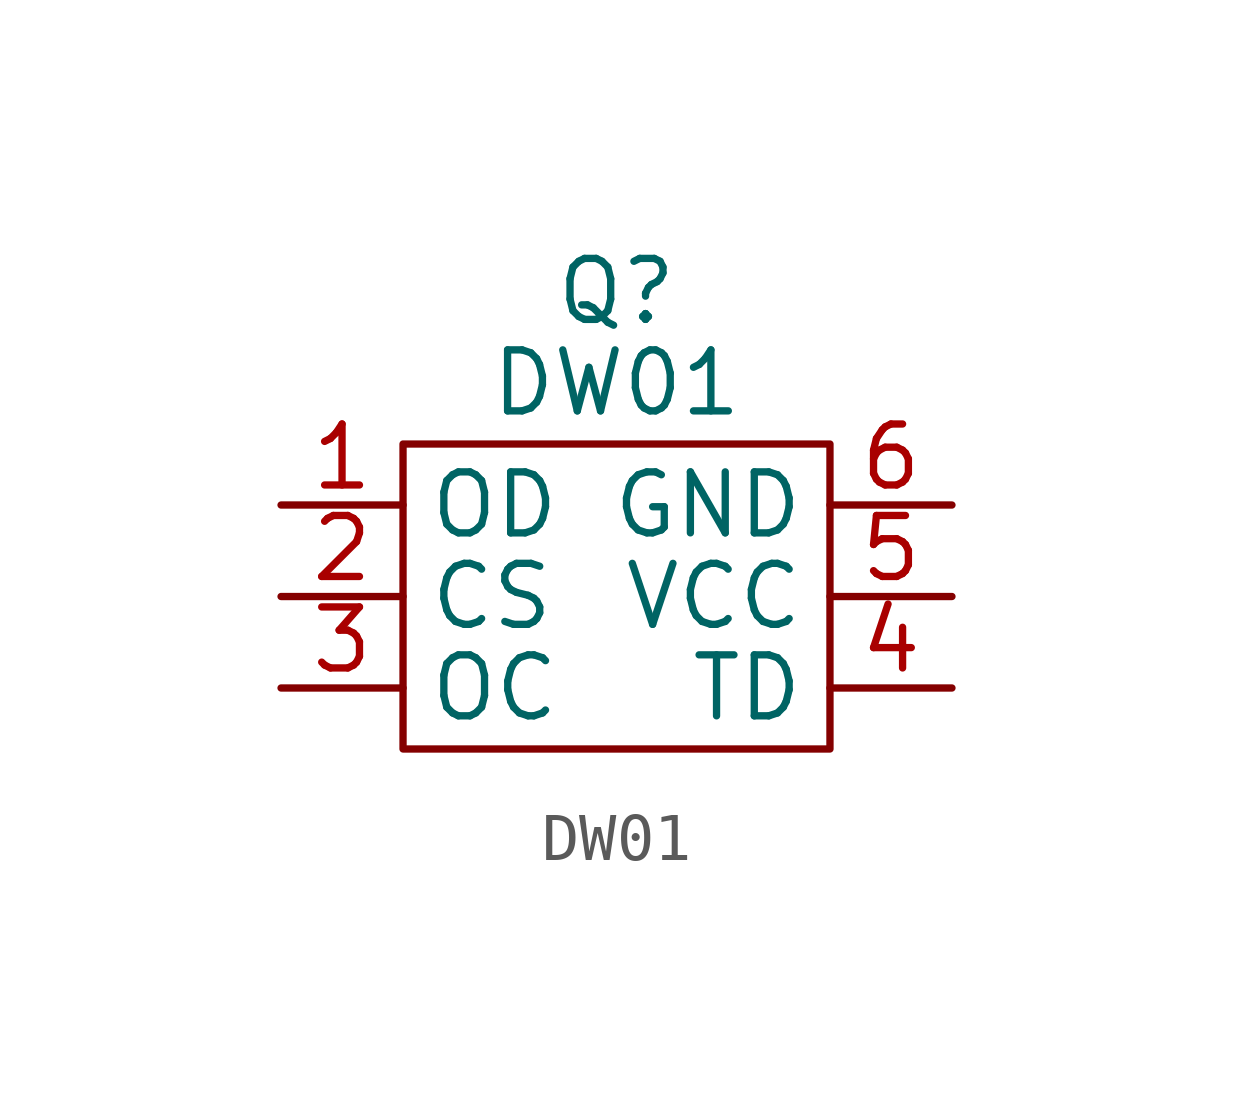
<source format=kicad_sym>
(kicad_symbol_lib
  (version 20211014)
  (generator kicad_symbol_editor)
  (symbol "DW01"
    (property "Reference" "Q"
      (at 3.175 3.175 0)
      (effects (font (size 1.27 1.27))))
    (property "Value" "DW01"
      (at 3.175 1.27 0)
      (effects (font (size 1.27 1.27))))
    (symbol "DW01_0_1"
      (rectangle (start -1.27 0) (end 7.62 -6.35) (stroke (width 0) (type default) (color 0 0 0 0)) (fill (type none))))
    (symbol "DW01_1_1"
      (pin power_out line (at -3.81 -1.27 0) (length 2.54) (name "OD" (effects (font (size 1.27 1.27)))) (number "1" (effects (font (size 1.27 1.27)))))
      (pin power_out line (at -3.81 -3.175 0) (length 2.54) (name "CS" (effects (font (size 1.27 1.27)))) (number "2" (effects (font (size 1.27 1.27)))))
      (pin power_out line (at -3.81 -5.08 0) (length 2.54) (name "OC" (effects (font (size 1.27 1.27)))) (number "3" (effects (font (size 1.27 1.27)))))
      (pin power_out line (at 10.16 -5.08 180) (length 2.54) (name "TD" (effects (font (size 1.27 1.27)))) (number "4" (effects (font (size 1.27 1.27)))))
      (pin power_out line (at 10.16 -3.175 180) (length 2.54) (name "VCC" (effects (font (size 1.27 1.27)))) (number "5" (effects (font (size 1.27 1.27)))))
      (pin power_out line (at 10.16 -1.27 180) (length 2.54) (name "GND" (effects (font (size 1.27 1.27)))) (number "6" (effects (font (size 1.27 1.27))))))))
</source>
